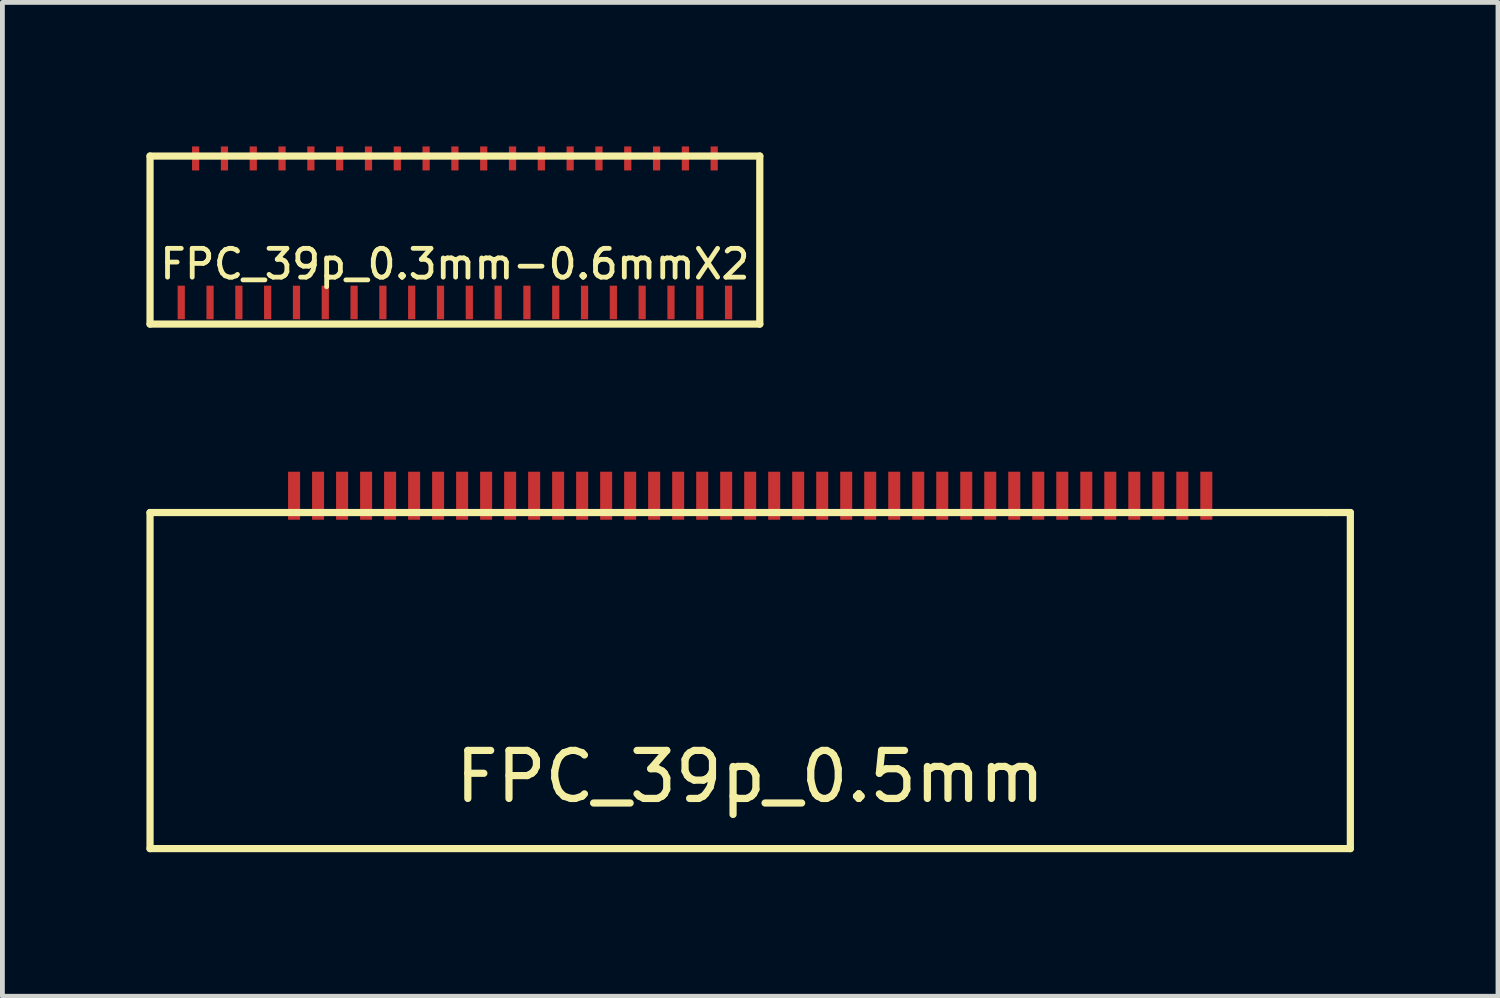
<source format=kicad_pcb>
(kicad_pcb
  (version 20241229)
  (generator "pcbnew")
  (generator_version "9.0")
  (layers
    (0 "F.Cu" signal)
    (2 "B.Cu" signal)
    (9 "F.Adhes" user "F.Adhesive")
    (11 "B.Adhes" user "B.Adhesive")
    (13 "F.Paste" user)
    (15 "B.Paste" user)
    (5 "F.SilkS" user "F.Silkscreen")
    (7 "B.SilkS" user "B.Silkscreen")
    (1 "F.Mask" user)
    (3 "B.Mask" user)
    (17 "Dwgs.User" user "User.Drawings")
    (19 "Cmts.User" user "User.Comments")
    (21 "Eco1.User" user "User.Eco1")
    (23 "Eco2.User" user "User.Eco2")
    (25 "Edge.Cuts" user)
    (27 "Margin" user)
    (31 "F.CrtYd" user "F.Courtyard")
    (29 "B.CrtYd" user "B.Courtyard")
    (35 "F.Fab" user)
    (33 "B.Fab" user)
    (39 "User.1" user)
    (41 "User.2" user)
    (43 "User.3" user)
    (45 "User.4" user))
  (footprint "FPC_39p_0.3mm-0.6mmX2"
    (layer "F.Cu")
    (at 6.425 1.95)
    (property "Reference" "FPC_39p_0.3mm-0.6mmX2" (at 0 0.5 0) (layer "F.SilkS") (effects (font (size 0.6 0.6) (thickness 0.1))))
    (attr through_hole)
    (fp_line (start -6.35 -1.75) (end 6.35 -1.75) (stroke (width 0.15) (type solid)) (layer "F.SilkS"))
    (fp_line (start -6.35 1.75) (end -6.35 -1.75) (stroke (width 0.15) (type solid)) (layer "F.SilkS"))
    (fp_line (start 6.35 -1.75) (end 6.35 1.75) (stroke (width 0.15) (type solid)) (layer "F.SilkS"))
    (fp_line (start 6.35 1.75) (end -6.35 1.75) (stroke (width 0.15) (type solid)) (layer "F.SilkS"))
    (pad "1" smd rect (at -5.7 1.3) (size 0.15 0.7) (layers "F.Cu" "F.Mask" "F.Paste"))
    (pad "2" smd rect (at -5.4 -1.7) (size 0.15 0.5) (layers "F.Cu" "F.Mask" "F.Paste"))
    (pad "3" smd rect (at -5.1 1.3) (size 0.15 0.7) (layers "F.Cu" "F.Mask" "F.Paste"))
    (pad "4" smd rect (at -4.8 -1.7) (size 0.15 0.5) (layers "F.Cu" "F.Mask" "F.Paste"))
    (pad "5" smd rect (at -4.5 1.3) (size 0.15 0.7) (layers "F.Cu" "F.Mask" "F.Paste"))
    (pad "6" smd rect (at -4.2 -1.7) (size 0.15 0.5) (layers "F.Cu" "F.Mask" "F.Paste"))
    (pad "7" smd rect (at -3.9 1.3) (size 0.15 0.7) (layers "F.Cu" "F.Mask" "F.Paste"))
    (pad "8" smd rect (at -3.6 -1.7) (size 0.15 0.5) (layers "F.Cu" "F.Mask" "F.Paste"))
    (pad "9" smd rect (at -3.3 1.3) (size 0.15 0.7) (layers "F.Cu" "F.Mask" "F.Paste"))
    (pad "10" smd rect (at -3 -1.7) (size 0.15 0.5) (layers "F.Cu" "F.Mask" "F.Paste"))
    (pad "11" smd rect (at -2.7 1.3) (size 0.15 0.7) (layers "F.Cu" "F.Mask" "F.Paste"))
    (pad "12" smd rect (at -2.4 -1.7) (size 0.15 0.5) (layers "F.Cu" "F.Mask" "F.Paste"))
    (pad "13" smd rect (at -2.1 1.3) (size 0.15 0.7) (layers "F.Cu" "F.Mask" "F.Paste"))
    (pad "14" smd rect (at -1.8 -1.7) (size 0.15 0.5) (layers "F.Cu" "F.Mask" "F.Paste"))
    (pad "15" smd rect (at -1.5 1.3) (size 0.15 0.7) (layers "F.Cu" "F.Mask" "F.Paste"))
    (pad "16" smd rect (at -1.2 -1.7) (size 0.15 0.5) (layers "F.Cu" "F.Mask" "F.Paste"))
    (pad "17" smd rect (at -0.9 1.3) (size 0.15 0.7) (layers "F.Cu" "F.Mask" "F.Paste"))
    (pad "18" smd rect (at -0.6 -1.7) (size 0.15 0.5) (layers "F.Cu" "F.Mask" "F.Paste"))
    (pad "19" smd rect (at -0.3 1.3) (size 0.15 0.7) (layers "F.Cu" "F.Mask" "F.Paste"))
    (pad "20" smd rect (at 0 -1.7) (size 0.15 0.5) (layers "F.Cu" "F.Mask" "F.Paste"))
    (pad "21" smd rect (at 0.3 1.3) (size 0.15 0.7) (layers "F.Cu" "F.Mask" "F.Paste"))
    (pad "22" smd rect (at 0.6 -1.7) (size 0.15 0.5) (layers "F.Cu" "F.Mask" "F.Paste"))
    (pad "23" smd rect (at 0.9 1.3) (size 0.15 0.7) (layers "F.Cu" "F.Mask" "F.Paste"))
    (pad "24" smd rect (at 1.2 -1.7) (size 0.15 0.5) (layers "F.Cu" "F.Mask" "F.Paste"))
    (pad "25" smd rect (at 1.5 1.3) (size 0.15 0.7) (layers "F.Cu" "F.Mask" "F.Paste"))
    (pad "26" smd rect (at 1.8 -1.7) (size 0.15 0.5) (layers "F.Cu" "F.Mask" "F.Paste"))
    (pad "27" smd rect (at 2.1 1.3) (size 0.15 0.7) (layers "F.Cu" "F.Mask" "F.Paste"))
    (pad "28" smd rect (at 2.4 -1.7) (size 0.15 0.5) (layers "F.Cu" "F.Mask" "F.Paste"))
    (pad "29" smd rect (at 2.7 1.3) (size 0.15 0.7) (layers "F.Cu" "F.Mask" "F.Paste"))
    (pad "30" smd rect (at 3 -1.7) (size 0.15 0.5) (layers "F.Cu" "F.Mask" "F.Paste"))
    (pad "31" smd rect (at 3.3 1.3) (size 0.15 0.7) (layers "F.Cu" "F.Mask" "F.Paste"))
    (pad "32" smd rect (at 3.6 -1.7) (size 0.15 0.5) (layers "F.Cu" "F.Mask" "F.Paste"))
    (pad "33" smd rect (at 3.9 1.3) (size 0.15 0.7) (layers "F.Cu" "F.Mask" "F.Paste"))
    (pad "34" smd rect (at 4.2 -1.7) (size 0.15 0.5) (layers "F.Cu" "F.Mask" "F.Paste"))
    (pad "35" smd rect (at 4.5 1.3) (size 0.15 0.7) (layers "F.Cu" "F.Mask" "F.Paste"))
    (pad "36" smd rect (at 4.8 -1.7) (size 0.15 0.5) (layers "F.Cu" "F.Mask" "F.Paste"))
    (pad "37" smd rect (at 5.1 1.3) (size 0.15 0.7) (layers "F.Cu" "F.Mask" "F.Paste"))
    (pad "38" smd rect (at 5.4 -1.7) (size 0.15 0.5) (layers "F.Cu" "F.Mask" "F.Paste"))
    (pad "39" smd rect (at 5.7 1.3) (size 0.15 0.7) (layers "F.Cu" "F.Mask" "F.Paste")))
  (footprint "FPC_39p_0.5mm"
    (layer "F.Cu")
    (at 12.575 7.625)
    (property "Reference" "FPC_39p_0.5mm" (at 0 5.5 0) (layer "F.SilkS") (effects (font (size 1 1) (thickness 0.15))))
    (attr through_hole)
    (fp_line (start -12.5 0) (end 12 0) (stroke (width 0.15) (type solid)) (layer "F.SilkS"))
    (fp_line (start -12.5 7) (end -12.5 0) (stroke (width 0.15) (type solid)) (layer "F.SilkS"))
    (fp_line (start 12 0) (end 12.5 0) (stroke (width 0.15) (type solid)) (layer "F.SilkS"))
    (fp_line (start 12.5 0) (end 12.5 7) (stroke (width 0.15) (type solid)) (layer "F.SilkS"))
    (fp_line (start 12.5 7) (end -12.5 7) (stroke (width 0.15) (type solid)) (layer "F.SilkS"))
    (pad "1" smd rect (at 9.5 -0.35) (size 0.25 1) (layers "F.Cu" "F.Mask" "F.Paste"))
    (pad "2" smd rect (at 9 -0.35) (size 0.25 1) (layers "F.Cu" "F.Mask" "F.Paste"))
    (pad "3" smd rect (at 8.5 -0.35) (size 0.25 1) (layers "F.Cu" "F.Mask" "F.Paste"))
    (pad "4" smd rect (at 8 -0.35) (size 0.25 1) (layers "F.Cu" "F.Mask" "F.Paste"))
    (pad "5" smd rect (at 7.5 -0.35) (size 0.25 1) (layers "F.Cu" "F.Mask" "F.Paste"))
    (pad "6" smd rect (at 7 -0.35) (size 0.25 1) (layers "F.Cu" "F.Mask" "F.Paste"))
    (pad "7" smd rect (at 6.5 -0.35) (size 0.25 1) (layers "F.Cu" "F.Mask" "F.Paste"))
    (pad "8" smd rect (at 6 -0.35) (size 0.25 1) (layers "F.Cu" "F.Mask" "F.Paste"))
    (pad "9" smd rect (at 5.5 -0.35) (size 0.25 1) (layers "F.Cu" "F.Mask" "F.Paste"))
    (pad "10" smd rect (at 5 -0.35) (size 0.25 1) (layers "F.Cu" "F.Mask" "F.Paste"))
    (pad "11" smd rect (at 4.5 -0.35) (size 0.25 1) (layers "F.Cu" "F.Mask" "F.Paste"))
    (pad "12" smd rect (at 4 -0.35) (size 0.25 1) (layers "F.Cu" "F.Mask" "F.Paste"))
    (pad "13" smd rect (at 3.5 -0.35) (size 0.25 1) (layers "F.Cu" "F.Mask" "F.Paste"))
    (pad "14" smd rect (at 3 -0.35) (size 0.25 1) (layers "F.Cu" "F.Mask" "F.Paste"))
    (pad "15" smd rect (at 2.5 -0.35) (size 0.25 1) (layers "F.Cu" "F.Mask" "F.Paste"))
    (pad "16" smd rect (at 2 -0.35) (size 0.25 1) (layers "F.Cu" "F.Mask" "F.Paste"))
    (pad "17" smd rect (at 1.5 -0.35) (size 0.25 1) (layers "F.Cu" "F.Mask" "F.Paste"))
    (pad "18" smd rect (at 1 -0.35) (size 0.25 1) (layers "F.Cu" "F.Mask" "F.Paste"))
    (pad "19" smd rect (at 0.5 -0.35) (size 0.25 1) (layers "F.Cu" "F.Mask" "F.Paste"))
    (pad "20" smd rect (at 0 -0.35) (size 0.25 1) (layers "F.Cu" "F.Mask" "F.Paste"))
    (pad "21" smd rect (at -0.5 -0.35) (size 0.25 1) (layers "F.Cu" "F.Mask" "F.Paste"))
    (pad "22" smd rect (at -1 -0.35) (size 0.25 1) (layers "F.Cu" "F.Mask" "F.Paste"))
    (pad "23" smd rect (at -1.5 -0.35) (size 0.25 1) (layers "F.Cu" "F.Mask" "F.Paste"))
    (pad "24" smd rect (at -2 -0.35) (size 0.25 1) (layers "F.Cu" "F.Mask" "F.Paste"))
    (pad "25" smd rect (at -2.5 -0.35) (size 0.25 1) (layers "F.Cu" "F.Mask" "F.Paste"))
    (pad "26" smd rect (at -3 -0.35) (size 0.25 1) (layers "F.Cu" "F.Mask" "F.Paste"))
    (pad "27" smd rect (at -3.5 -0.35) (size 0.25 1) (layers "F.Cu" "F.Mask" "F.Paste"))
    (pad "28" smd rect (at -4 -0.35) (size 0.25 1) (layers "F.Cu" "F.Mask" "F.Paste"))
    (pad "29" smd rect (at -4.5 -0.35) (size 0.25 1) (layers "F.Cu" "F.Mask" "F.Paste"))
    (pad "30" smd rect (at -5 -0.35) (size 0.25 1) (layers "F.Cu" "F.Mask" "F.Paste"))
    (pad "31" smd rect (at -5.5 -0.35) (size 0.25 1) (layers "F.Cu" "F.Mask" "F.Paste"))
    (pad "32" smd rect (at -6 -0.35) (size 0.25 1) (layers "F.Cu" "F.Mask" "F.Paste"))
    (pad "33" smd rect (at -6.5 -0.35) (size 0.25 1) (layers "F.Cu" "F.Mask" "F.Paste"))
    (pad "34" smd rect (at -7 -0.35) (size 0.25 1) (layers "F.Cu" "F.Mask" "F.Paste"))
    (pad "35" smd rect (at -7.5 -0.35) (size 0.25 1) (layers "F.Cu" "F.Mask" "F.Paste"))
    (pad "36" smd rect (at -8 -0.35) (size 0.25 1) (layers "F.Cu" "F.Mask" "F.Paste"))
    (pad "37" smd rect (at -8.5 -0.35) (size 0.25 1) (layers "F.Cu" "F.Mask" "F.Paste"))
    (pad "38" smd rect (at -9 -0.35) (size 0.25 1) (layers "F.Cu" "F.Mask" "F.Paste"))
    (pad "39" smd rect (at -9.5 -0.35) (size 0.25 1) (layers "F.Cu" "F.Mask" "F.Paste")))
  (gr_rect
    (start -3 -3)
    (end 28.15 17.7)
    (stroke (width 0.1) (type default))
    (fill no)
    (layer "Edge.Cuts")))
</source>
